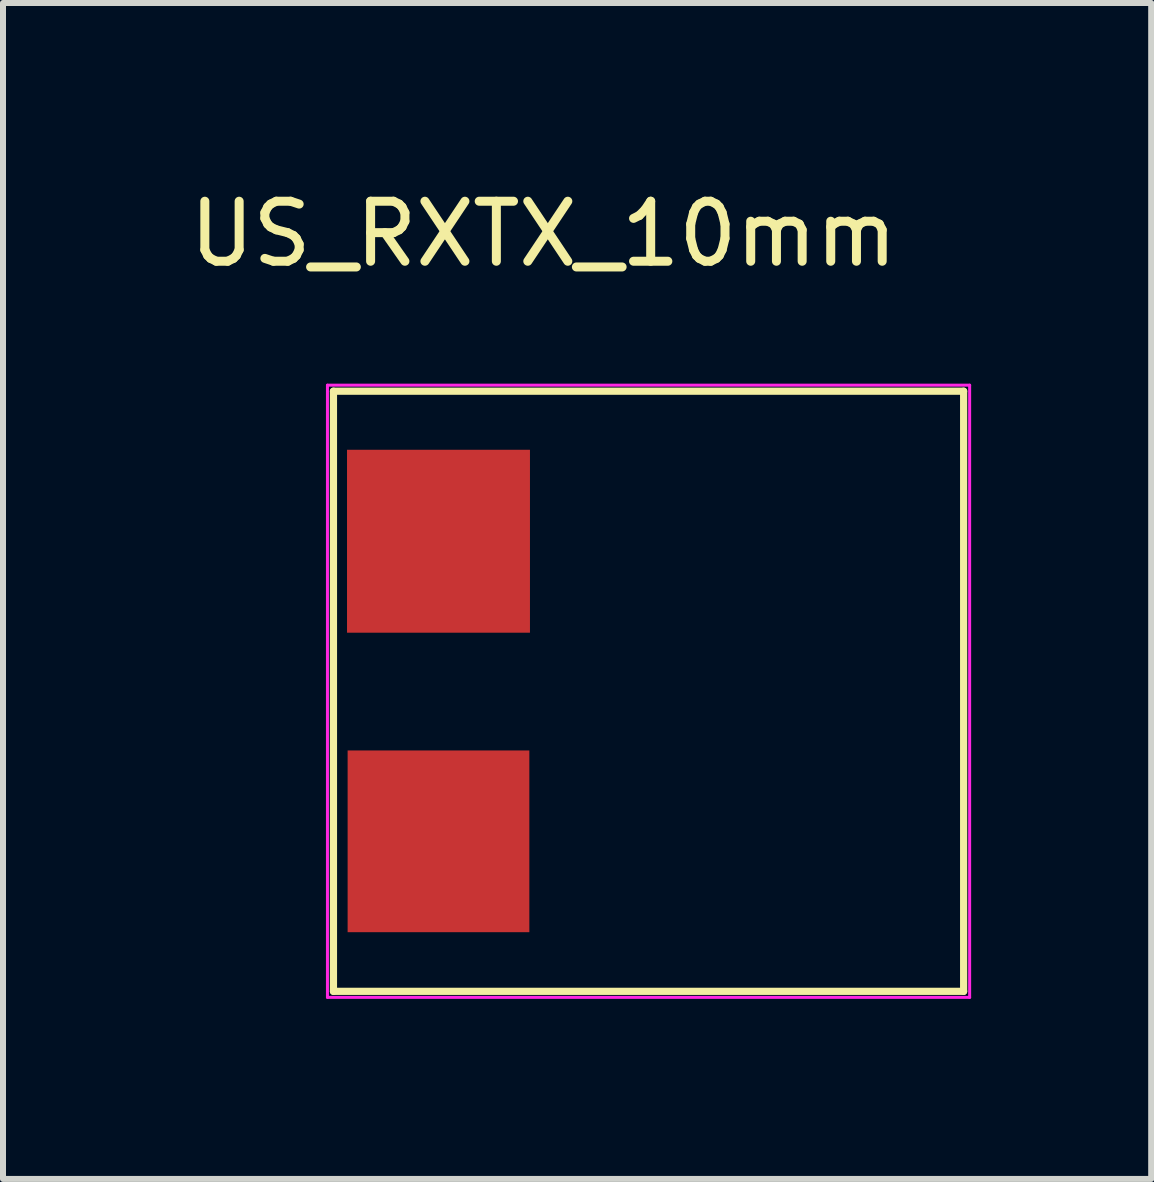
<source format=kicad_pcb>
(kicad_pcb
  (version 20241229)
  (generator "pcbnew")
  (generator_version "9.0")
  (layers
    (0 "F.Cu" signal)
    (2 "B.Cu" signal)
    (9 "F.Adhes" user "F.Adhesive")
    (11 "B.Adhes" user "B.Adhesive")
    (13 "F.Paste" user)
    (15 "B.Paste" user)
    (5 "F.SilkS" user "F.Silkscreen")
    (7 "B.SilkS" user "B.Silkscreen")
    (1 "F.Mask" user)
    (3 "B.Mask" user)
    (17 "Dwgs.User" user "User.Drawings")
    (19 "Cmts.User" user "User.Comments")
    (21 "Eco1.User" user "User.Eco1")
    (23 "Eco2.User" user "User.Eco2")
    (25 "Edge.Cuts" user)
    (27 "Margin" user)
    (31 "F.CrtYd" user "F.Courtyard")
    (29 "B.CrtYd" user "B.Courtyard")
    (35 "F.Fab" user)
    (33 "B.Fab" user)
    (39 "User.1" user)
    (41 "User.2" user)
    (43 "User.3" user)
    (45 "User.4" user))
  (footprint "US_RXTX_10mm"
    (layer "F.Cu")
    (at 6.006 8.468)
    (property "Reference" "US_RXTX_10mm" (at 0 -7.62 0) (layer "F.SilkS") (effects (font (size 1 1) (thickness 0.15))))
    (attr through_hole)
    (fp_line (start -3.5 -5) (end -3.5 5) (stroke (width 0.12) (type solid)) (layer "F.SilkS"))
    (fp_line (start -3.5 5) (end 7 5) (stroke (width 0.12) (type solid)) (layer "F.SilkS"))
    (fp_line (start 7 -5) (end -3.5 -5) (stroke (width 0.12) (type solid)) (layer "F.SilkS"))
    (fp_line (start 7 5) (end 7 -5) (stroke (width 0.12) (type solid)) (layer "F.SilkS"))
    (fp_line (start -3.6 -5.1) (end -3.6 5.1) (stroke (width 0.05) (type solid)) (layer "F.CrtYd"))
    (fp_line (start -3.6 5.1) (end 7.1 5.1) (stroke (width 0.05) (type solid)) (layer "F.CrtYd"))
    (fp_line (start 7.1 -5.1) (end -3.6 -5.1) (stroke (width 0.05) (type solid)) (layer "F.CrtYd"))
    (fp_line (start 7.1 5.1) (end 7.1 -5.1) (stroke (width 0.05) (type solid)) (layer "F.CrtYd"))
    (pad "1" smd rect (at -1.75 -2.5) (size 3.048 3.048) (layers "F.Cu" "F.Mask" "F.Paste"))
    (pad "2" smd rect (at -1.75 2.5) (size 3.028 3.028) (layers "F.Cu" "F.Mask" "F.Paste")))
  (gr_rect
    (start -3 -3)
    (end 16.131 16.593)
    (stroke (width 0.1) (type default))
    (fill no)
    (layer "Edge.Cuts")))
</source>
